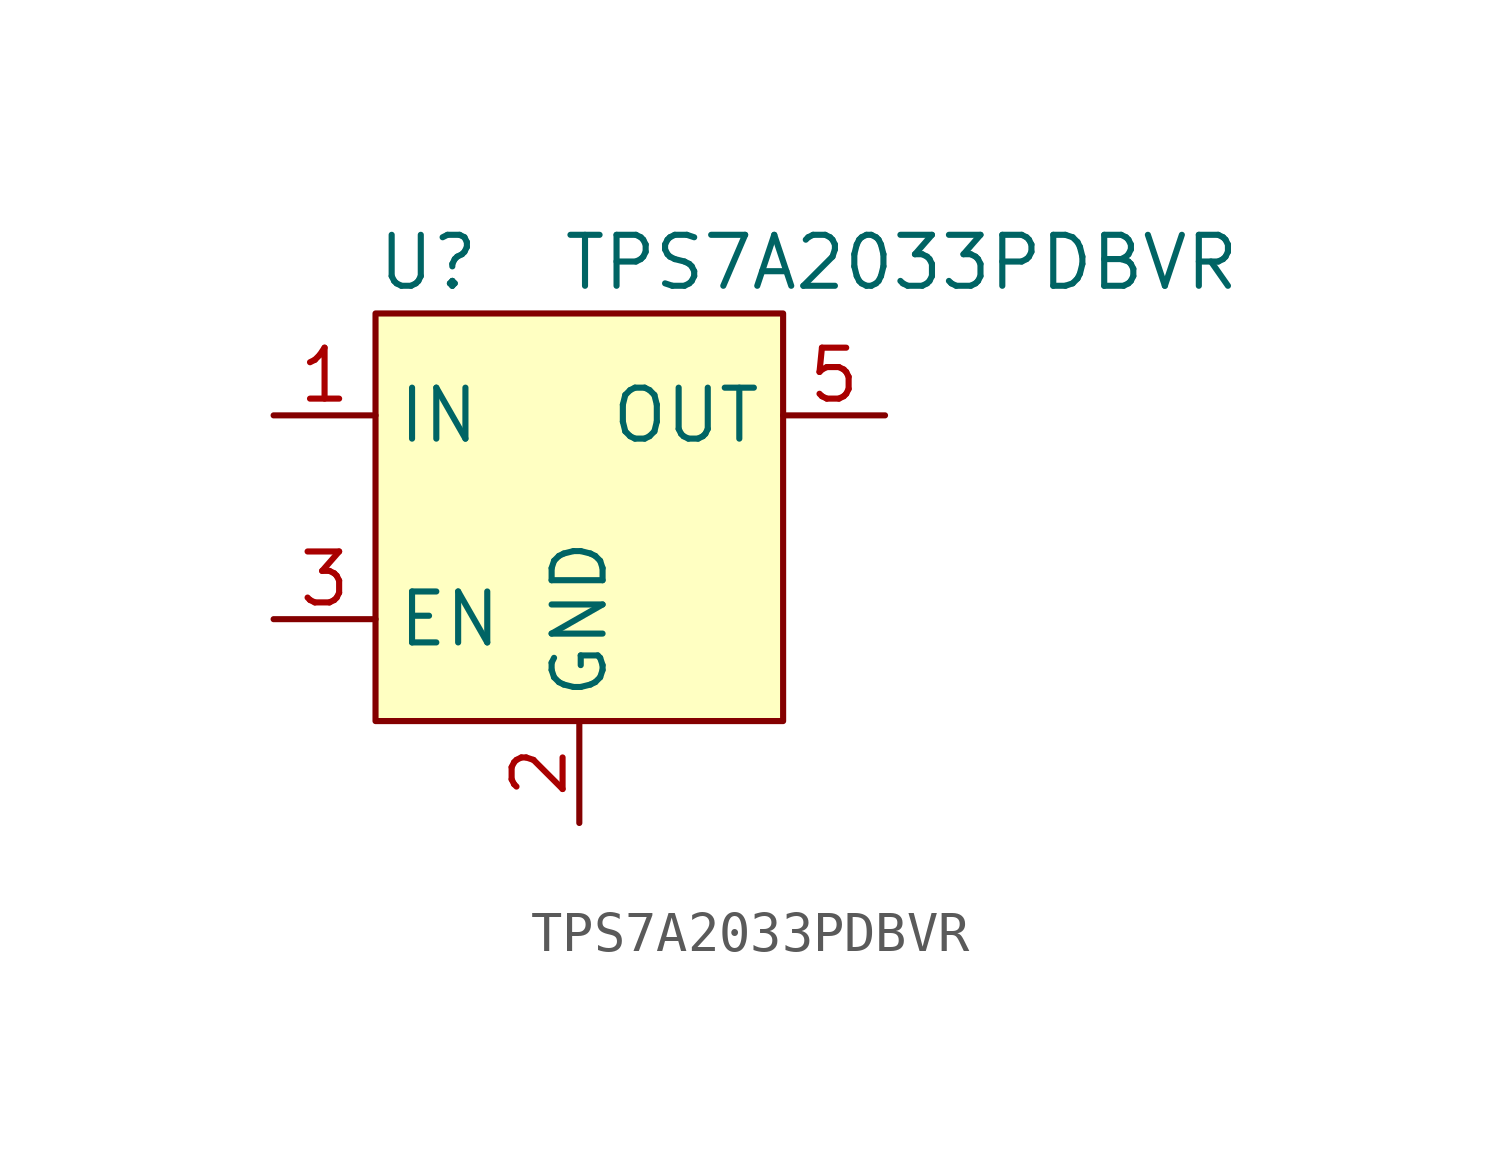
<source format=kicad_sym>
(kicad_symbol_lib
  (version 20220914)
  (generator kicad_symbol_editor)
  (symbol "TPS7A2033PDBVR"
    (property "Reference" "U"
      (at -5.08 6.35 0)
      (effects (font (size 1.27 1.27)) (justify left)))
    (property "Value" "TPS7A2033PDBVR"
      (at 16.51 6.35 0)
      (effects (font (size 1.27 1.27)) (justify right)))
    (symbol "TPS7A2033PDBVR_1_1"
      (rectangle (start -5.08 5.08) (end 5.08 -5.08) (stroke (width 0) (type default)) (fill (type background)))
      (pin power_in line (at -7.62 2.54 0) (length 2.54) (name "IN" (effects (font (size 1.27 1.27)))) (number "1" (effects (font (size 1.27 1.27)))))
      (pin power_in line (at 0 -7.62 90) (length 2.54) (name "GND" (effects (font (size 1.27 1.27)))) (number "2" (effects (font (size 1.27 1.27)))))
      (pin input line (at -7.62 -2.54 0) (length 2.54) (name "EN" (effects (font (size 1.27 1.27)))) (number "3" (effects (font (size 1.27 1.27)))))
      (pin no_connect line (at 5.08 0 180) (length 2.54) hide (name "NC" (effects (font (size 1.27 1.27)))) (number "4" (effects (font (size 1.27 1.27)))))
      (pin power_out line (at 7.62 2.54 180) (length 2.54) (name "OUT" (effects (font (size 1.27 1.27)))) (number "5" (effects (font (size 1.27 1.27))))))))
</source>
